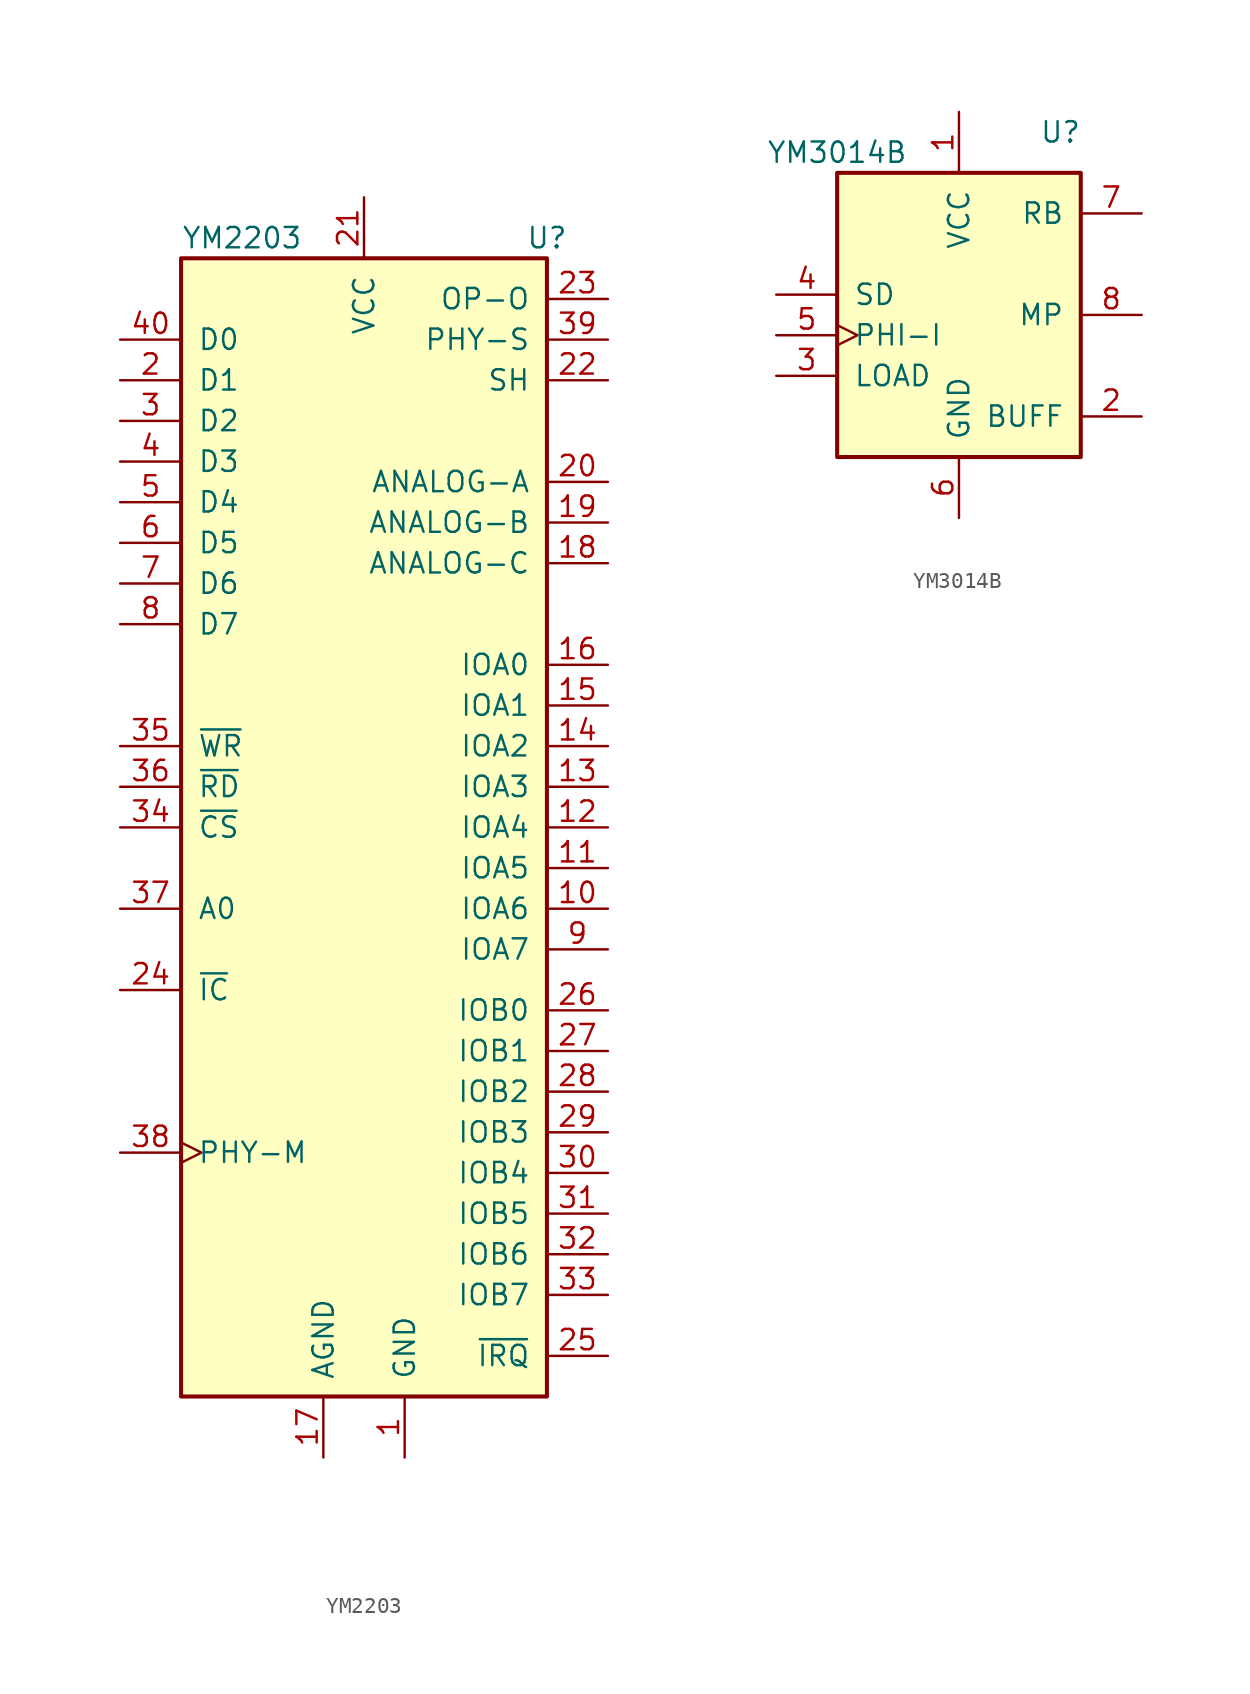
<source format=kicad_sym>
(kicad_symbol_lib
  (version 20241209)
  (generator "kicad_symbol_editor")
  (generator_version "9.0")
  (symbol "YM2203"
    (pin_names
      (offset 1.016))
    (property "Reference" "U"
      (at 11.43 36.83 0)
      (effects (font (size 1.27 1.27))))
    (property "Value" "YM2203"
      (at -7.62 36.83 0)
      (effects (font (size 1.27 1.27))))
    (symbol "YM2203_0_1"
      (rectangle (start 11.43 35.56) (end -11.43 -35.56) (stroke (width 0.254) (type solid)) (fill (type background))))
    (symbol "YM2203_1_1"
      (pin input line (at -15.24 30.48 0) (length 3.81) (name "D0" (effects (font (size 1.27 1.27)))) (number "40" (effects (font (size 1.27 1.27)))))
      (pin input line (at -15.24 27.94 0) (length 3.81) (name "D1" (effects (font (size 1.27 1.27)))) (number "2" (effects (font (size 1.27 1.27)))))
      (pin input line (at -15.24 25.4 0) (length 3.81) (name "D2" (effects (font (size 1.27 1.27)))) (number "3" (effects (font (size 1.27 1.27)))))
      (pin input line (at -15.24 22.86 0) (length 3.81) (name "D3" (effects (font (size 1.27 1.27)))) (number "4" (effects (font (size 1.27 1.27)))))
      (pin input line (at -15.24 20.32 0) (length 3.81) (name "D4" (effects (font (size 1.27 1.27)))) (number "5" (effects (font (size 1.27 1.27)))))
      (pin input line (at -15.24 17.78 0) (length 3.81) (name "D5" (effects (font (size 1.27 1.27)))) (number "6" (effects (font (size 1.27 1.27)))))
      (pin input line (at -15.24 15.24 0) (length 3.81) (name "D6" (effects (font (size 1.27 1.27)))) (number "7" (effects (font (size 1.27 1.27)))))
      (pin input line (at -15.24 12.7 0) (length 3.81) (name "D7" (effects (font (size 1.27 1.27)))) (number "8" (effects (font (size 1.27 1.27)))))
      (pin input line (at -15.24 5.08 0) (length 3.81) (name "~{WR}" (effects (font (size 1.27 1.27)))) (number "35" (effects (font (size 1.27 1.27)))))
      (pin input line (at -15.24 2.54 0) (length 3.81) (name "~{RD}" (effects (font (size 1.27 1.27)))) (number "36" (effects (font (size 1.27 1.27)))))
      (pin input line (at -15.24 0 0) (length 3.81) (name "~{CS}" (effects (font (size 1.27 1.27)))) (number "34" (effects (font (size 1.27 1.27)))))
      (pin input line (at -15.24 -5.08 0) (length 3.81) (name "A0" (effects (font (size 1.27 1.27)))) (number "37" (effects (font (size 1.27 1.27)))))
      (pin input line (at -15.24 -10.16 0) (length 3.81) (name "~{IC}" (effects (font (size 1.27 1.27)))) (number "24" (effects (font (size 1.27 1.27)))))
      (pin input clock (at -15.24 -20.32 0) (length 3.81) (name "PHY-M" (effects (font (size 1.27 1.27)))) (number "38" (effects (font (size 1.27 1.27)))))
      (pin power_in line (at -2.54 -39.37 90) (length 3.81) (name "AGND" (effects (font (size 1.27 1.27)))) (number "17" (effects (font (size 1.27 1.27)))))
      (pin power_in line (at 0 39.37 270) (length 3.81) (name "VCC" (effects (font (size 1.27 1.27)))) (number "21" (effects (font (size 1.27 1.27)))))
      (pin power_in line (at 2.54 -39.37 90) (length 3.81) (name "GND" (effects (font (size 1.27 1.27)))) (number "1" (effects (font (size 1.27 1.27)))))
      (pin output line (at 15.24 33.02 180) (length 3.81) (name "OP-O" (effects (font (size 1.27 1.27)))) (number "23" (effects (font (size 1.27 1.27)))))
      (pin output line (at 15.24 30.48 180) (length 3.81) (name "PHY-S" (effects (font (size 1.27 1.27)))) (number "39" (effects (font (size 1.27 1.27)))))
      (pin output line (at 15.24 27.94 180) (length 3.81) (name "SH" (effects (font (size 1.27 1.27)))) (number "22" (effects (font (size 1.27 1.27)))))
      (pin output line (at 15.24 21.59 180) (length 3.81) (name "ANALOG-A" (effects (font (size 1.27 1.27)))) (number "20" (effects (font (size 1.27 1.27)))))
      (pin output line (at 15.24 19.05 180) (length 3.81) (name "ANALOG-B" (effects (font (size 1.27 1.27)))) (number "19" (effects (font (size 1.27 1.27)))))
      (pin output line (at 15.24 16.51 180) (length 3.81) (name "ANALOG-C" (effects (font (size 1.27 1.27)))) (number "18" (effects (font (size 1.27 1.27)))))
      (pin bidirectional line (at 15.24 10.16 180) (length 3.81) (name "IOA0" (effects (font (size 1.27 1.27)))) (number "16" (effects (font (size 1.27 1.27)))))
      (pin bidirectional line (at 15.24 7.62 180) (length 3.81) (name "IOA1" (effects (font (size 1.27 1.27)))) (number "15" (effects (font (size 1.27 1.27)))))
      (pin bidirectional line (at 15.24 5.08 180) (length 3.81) (name "IOA2" (effects (font (size 1.27 1.27)))) (number "14" (effects (font (size 1.27 1.27)))))
      (pin bidirectional line (at 15.24 2.54 180) (length 3.81) (name "IOA3" (effects (font (size 1.27 1.27)))) (number "13" (effects (font (size 1.27 1.27)))))
      (pin bidirectional line (at 15.24 0 180) (length 3.81) (name "IOA4" (effects (font (size 1.27 1.27)))) (number "12" (effects (font (size 1.27 1.27)))))
      (pin bidirectional line (at 15.24 -2.54 180) (length 3.81) (name "IOA5" (effects (font (size 1.27 1.27)))) (number "11" (effects (font (size 1.27 1.27)))))
      (pin bidirectional line (at 15.24 -5.08 180) (length 3.81) (name "IOA6" (effects (font (size 1.27 1.27)))) (number "10" (effects (font (size 1.27 1.27)))))
      (pin bidirectional line (at 15.24 -7.62 180) (length 3.81) (name "IOA7" (effects (font (size 1.27 1.27)))) (number "9" (effects (font (size 1.27 1.27)))))
      (pin bidirectional line (at 15.24 -11.43 180) (length 3.81) (name "IOB0" (effects (font (size 1.27 1.27)))) (number "26" (effects (font (size 1.27 1.27)))))
      (pin bidirectional line (at 15.24 -13.97 180) (length 3.81) (name "IOB1" (effects (font (size 1.27 1.27)))) (number "27" (effects (font (size 1.27 1.27)))))
      (pin bidirectional line (at 15.24 -16.51 180) (length 3.81) (name "IOB2" (effects (font (size 1.27 1.27)))) (number "28" (effects (font (size 1.27 1.27)))))
      (pin bidirectional line (at 15.24 -19.05 180) (length 3.81) (name "IOB3" (effects (font (size 1.27 1.27)))) (number "29" (effects (font (size 1.27 1.27)))))
      (pin bidirectional line (at 15.24 -21.59 180) (length 3.81) (name "IOB4" (effects (font (size 1.27 1.27)))) (number "30" (effects (font (size 1.27 1.27)))))
      (pin bidirectional line (at 15.24 -24.13 180) (length 3.81) (name "IOB5" (effects (font (size 1.27 1.27)))) (number "31" (effects (font (size 1.27 1.27)))))
      (pin bidirectional line (at 15.24 -26.67 180) (length 3.81) (name "IOB6" (effects (font (size 1.27 1.27)))) (number "32" (effects (font (size 1.27 1.27)))))
      (pin bidirectional line (at 15.24 -29.21 180) (length 3.81) (name "IOB7" (effects (font (size 1.27 1.27)))) (number "33" (effects (font (size 1.27 1.27)))))
      (pin bidirectional line (at 15.24 -33.02 180) (length 3.81) (name "~{IRQ}" (effects (font (size 1.27 1.27)))) (number "25" (effects (font (size 1.27 1.27)))))))
  (symbol "YM3014B"
    (pin_names
      (offset 1.016))
    (property "Reference" "U"
      (at 6.35 12.7 0)
      (effects (font (size 1.27 1.27))))
    (property "Value" "YM3014B"
      (at -7.62 11.43 0)
      (effects (font (size 1.27 1.27))))
    (symbol "YM3014B_0_1"
      (rectangle (start -7.62 10.16) (end 7.62 -7.62) (stroke (width 0.254) (type solid)) (fill (type background))))
    (symbol "YM3014B_1_1"
      (pin input line (at -11.43 2.54 0) (length 3.81) (name "SD" (effects (font (size 1.27 1.27)))) (number "4" (effects (font (size 1.27 1.27)))))
      (pin input clock (at -11.43 0 0) (length 3.81) (name "PHI-I" (effects (font (size 1.27 1.27)))) (number "5" (effects (font (size 1.27 1.27)))))
      (pin input line (at -11.43 -2.54 0) (length 3.81) (name "LOAD" (effects (font (size 1.27 1.27)))) (number "3" (effects (font (size 1.27 1.27)))))
      (pin power_in line (at 0 13.97 270) (length 3.81) (name "VCC" (effects (font (size 1.27 1.27)))) (number "1" (effects (font (size 1.27 1.27)))))
      (pin power_in line (at 0 -11.43 90) (length 3.81) (name "GND" (effects (font (size 1.27 1.27)))) (number "6" (effects (font (size 1.27 1.27)))))
      (pin output line (at 11.43 7.62 180) (length 3.81) (name "RB" (effects (font (size 1.27 1.27)))) (number "7" (effects (font (size 1.27 1.27)))))
      (pin input line (at 11.43 1.27 180) (length 3.81) (name "MP" (effects (font (size 1.27 1.27)))) (number "8" (effects (font (size 1.27 1.27)))))
      (pin output line (at 11.43 -5.08 180) (length 3.81) (name "BUFF" (effects (font (size 1.27 1.27)))) (number "2" (effects (font (size 1.27 1.27))))))))
</source>
